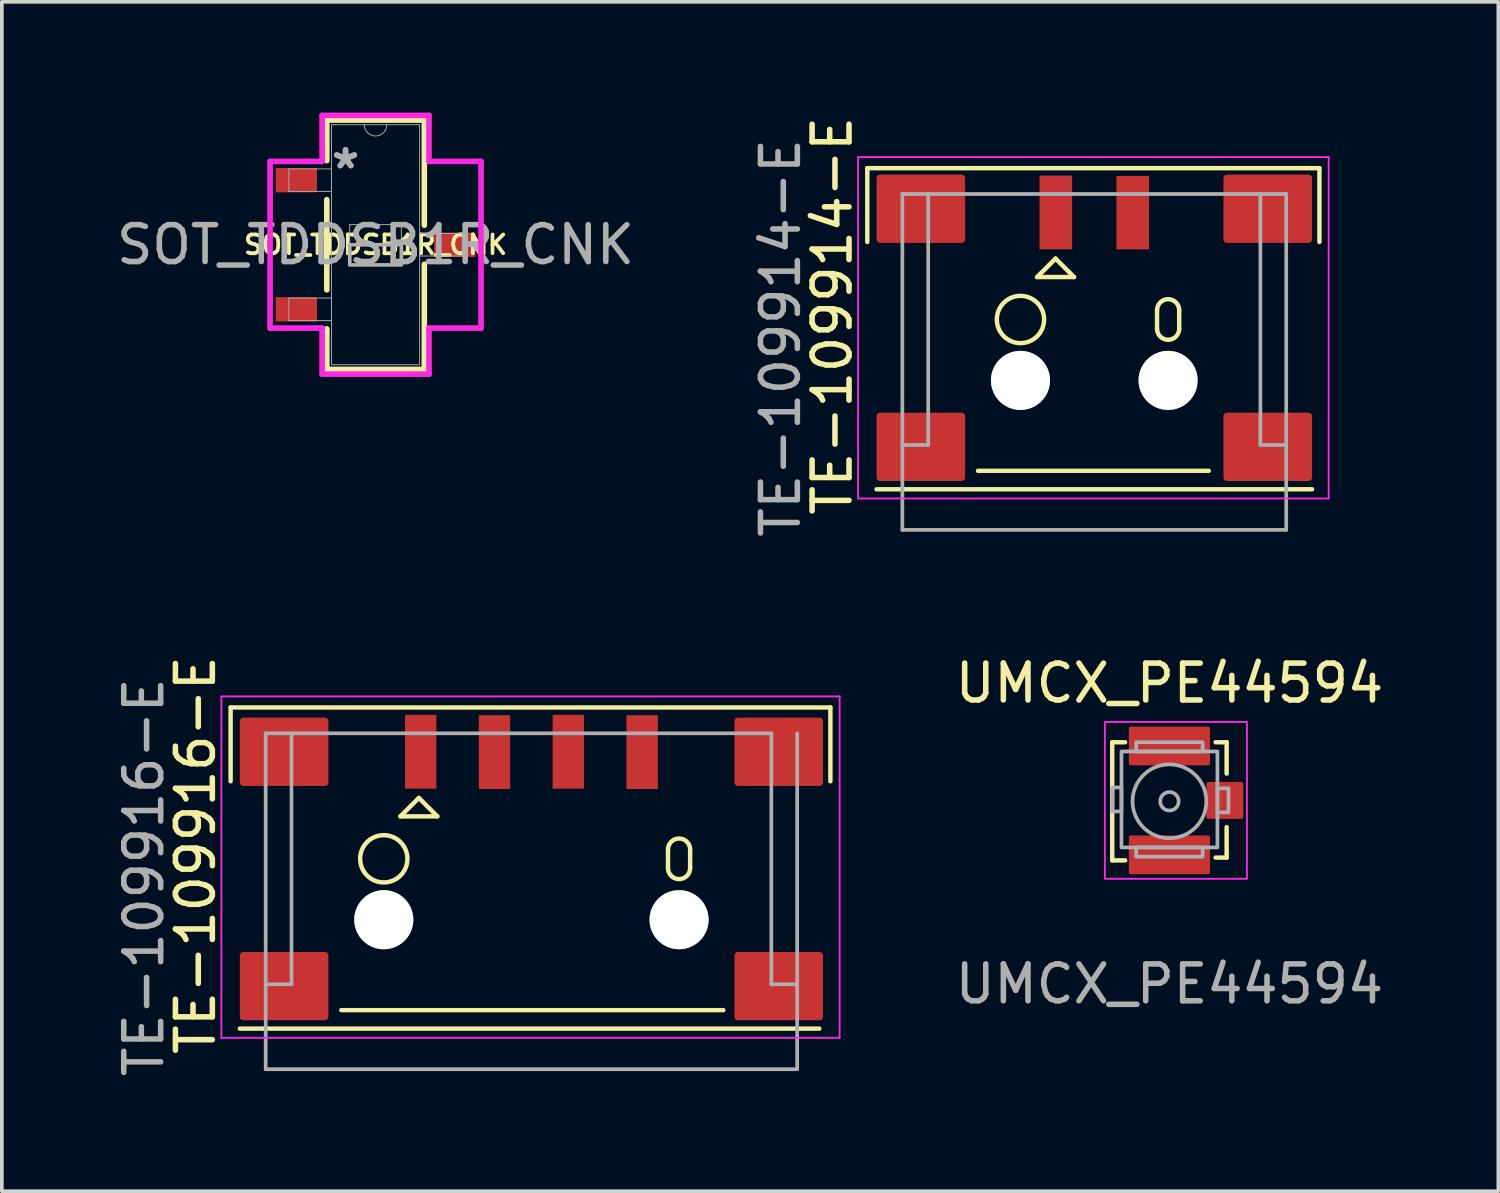
<source format=kicad_pcb>
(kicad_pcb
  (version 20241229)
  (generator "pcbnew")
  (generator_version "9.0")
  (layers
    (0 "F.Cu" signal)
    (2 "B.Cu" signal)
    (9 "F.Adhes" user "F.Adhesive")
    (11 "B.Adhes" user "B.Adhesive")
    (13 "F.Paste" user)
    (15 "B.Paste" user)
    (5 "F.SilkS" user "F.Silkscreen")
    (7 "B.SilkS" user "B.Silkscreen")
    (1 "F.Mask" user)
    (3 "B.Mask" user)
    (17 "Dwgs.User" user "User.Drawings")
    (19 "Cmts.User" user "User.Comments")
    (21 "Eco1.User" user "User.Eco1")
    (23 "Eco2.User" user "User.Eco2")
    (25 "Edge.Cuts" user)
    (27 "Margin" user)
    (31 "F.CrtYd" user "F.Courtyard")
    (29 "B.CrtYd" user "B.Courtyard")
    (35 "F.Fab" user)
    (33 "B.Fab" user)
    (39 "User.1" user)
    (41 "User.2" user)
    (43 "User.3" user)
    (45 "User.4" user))
  (footprint "UMCX_PE44594"
    (layer "F.Cu")
    (at 28.634 18.66)
    (property "Reference" "UMCX_PE44594" (at 0 -3.2 0) (unlocked yes) (layer "F.SilkS") (effects (font (size 1 1) (thickness 0.15))))
    (attr smd)
    (fp_line (start -1.55 -1.6) (end -1.55 1.6) (stroke (width 0.12) (type default)) (layer "F.SilkS"))
    (fp_line (start -1.55 1.6) (end -1.2 1.6) (stroke (width 0.12) (type default)) (layer "F.SilkS"))
    (fp_line (start -1.2 -1.6) (end -1.55 -1.6) (stroke (width 0.12) (type default)) (layer "F.SilkS"))
    (fp_line (start 1.25 -1.6) (end 1.55 -1.6) (stroke (width 0.12) (type default)) (layer "F.SilkS"))
    (fp_line (start 1.25 1.525) (end 1.55 1.525) (stroke (width 0.12) (type default)) (layer "F.SilkS"))
    (fp_line (start 1.55 -1.6) (end 1.55 -0.75) (stroke (width 0.12) (type default)) (layer "F.SilkS"))
    (fp_line (start 1.55 0.7) (end 1.55 1.525) (stroke (width 0.12) (type default)) (layer "F.SilkS"))
    (fp_rect (start -1.75 -2.15) (end 2.1 2.1) (stroke (width 0.05) (type default)) (fill no) (layer "F.CrtYd"))
    (fp_rect (start -1.55 -0.375) (end -1.3 0.275) (stroke (width 0.1) (type default)) (fill no) (layer "F.Fab"))
    (fp_rect (start -1.3 -1.35) (end 1.3 1.25) (stroke (width 0.1) (type default)) (fill no) (layer "F.Fab"))
    (fp_rect (start -0.9 -1.35) (end 0.9 -1.6) (stroke (width 0.1) (type default)) (fill no) (layer "F.Fab"))
    (fp_rect (start -0.9 1.5) (end 0.9 1.25) (stroke (width 0.1) (type default)) (fill no) (layer "F.Fab"))
    (fp_rect (start 1.3 -0.35) (end 1.6 0.3) (stroke (width 0.1) (type default)) (fill no) (layer "F.Fab"))
    (fp_circle (center 0 0) (end 0.25 0) (stroke (width 0.1) (type default)) (fill no) (layer "F.Fab"))
    (fp_circle (center 0 0) (end 1 0) (stroke (width 0.1) (type default)) (fill no) (layer "F.Fab"))
    (fp_text user "${REFERENCE}" (at 0 4.95 0) (unlocked yes) (layer "F.Fab") (effects (font (size 1 1) (thickness 0.15))))
    (pad "1" smd roundrect (at 1.5 -0.025) (size 1 1) (layers "F.Cu" "F.Mask" "F.Paste") (roundrect_rratio 0.05))
    (pad "2" smd roundrect (at 0 -1.5) (size 2.2 1.05) (layers "F.Cu" "F.Mask" "F.Paste") (roundrect_rratio 0.05))
    (pad "2" smd roundrect (at 0 1.45) (size 2.2 1.05) (layers "F.Cu" "F.Mask" "F.Paste") (roundrect_rratio 0.05)))
  (footprint "SOT_TDDSB1R_CNK"
    (layer "F.Cu")
    (at 7.125 3.581)
    (property "Reference" "SOT_TDDSB1R_CNK" (at 0 0 0) (unlocked yes) (layer "F.SilkS") (effects (font (size 0.508 0.508) (thickness 0.102) (bold yes))))
    (attr smd)
    (fp_line (start -1.321 -3.378) (end -1.321 -2.279) (stroke (width 0.152) (type solid)) (layer "F.SilkS"))
    (fp_line (start -1.321 -1.221) (end -1.321 1.221) (stroke (width 0.152) (type solid)) (layer "F.SilkS"))
    (fp_line (start -1.321 2.279) (end -1.321 3.378) (stroke (width 0.152) (type solid)) (layer "F.SilkS"))
    (fp_line (start -1.321 3.378) (end 1.321 3.378) (stroke (width 0.152) (type solid)) (layer "F.SilkS"))
    (fp_line (start 1.321 -3.378) (end -1.321 -3.378) (stroke (width 0.152) (type solid)) (layer "F.SilkS"))
    (fp_line (start 1.321 -0.529) (end 1.321 -3.378) (stroke (width 0.152) (type solid)) (layer "F.SilkS"))
    (fp_line (start 1.321 3.378) (end 1.321 0.529) (stroke (width 0.152) (type solid)) (layer "F.SilkS"))
    (fp_line (start -2.857 -2.258) (end -1.448 -2.258) (stroke (width 0.152) (type solid)) (layer "F.CrtYd"))
    (fp_line (start -2.857 2.258) (end -2.857 -2.258) (stroke (width 0.152) (type solid)) (layer "F.CrtYd"))
    (fp_line (start -1.448 -3.505) (end 1.448 -3.505) (stroke (width 0.152) (type solid)) (layer "F.CrtYd"))
    (fp_line (start -1.448 -2.258) (end -1.448 -3.505) (stroke (width 0.152) (type solid)) (layer "F.CrtYd"))
    (fp_line (start -1.448 2.258) (end -2.857 2.258) (stroke (width 0.152) (type solid)) (layer "F.CrtYd"))
    (fp_line (start -1.448 3.505) (end -1.448 2.258) (stroke (width 0.152) (type solid)) (layer "F.CrtYd"))
    (fp_line (start 1.448 -3.505) (end 1.448 -2.258) (stroke (width 0.152) (type solid)) (layer "F.CrtYd"))
    (fp_line (start 1.448 -2.258) (end 2.857 -2.258) (stroke (width 0.152) (type solid)) (layer "F.CrtYd"))
    (fp_line (start 1.448 2.258) (end 1.448 3.505) (stroke (width 0.152) (type solid)) (layer "F.CrtYd"))
    (fp_line (start 1.448 3.505) (end -1.448 3.505) (stroke (width 0.152) (type solid)) (layer "F.CrtYd"))
    (fp_line (start 2.857 -2.258) (end 2.857 2.258) (stroke (width 0.152) (type solid)) (layer "F.CrtYd"))
    (fp_line (start 2.857 2.258) (end 1.448 2.258) (stroke (width 0.152) (type solid)) (layer "F.CrtYd"))
    (fp_line (start -2.349 -2.055) (end -2.349 -1.445) (stroke (width 0.025) (type solid)) (layer "F.Fab"))
    (fp_line (start -2.349 -1.445) (end -1.194 -1.445) (stroke (width 0.025) (type solid)) (layer "F.Fab"))
    (fp_line (start -2.349 1.445) (end -2.349 2.055) (stroke (width 0.025) (type solid)) (layer "F.Fab"))
    (fp_line (start -2.349 2.055) (end -1.194 2.055) (stroke (width 0.025) (type solid)) (layer "F.Fab"))
    (fp_line (start -1.194 -3.251) (end -1.194 3.251) (stroke (width 0.025) (type solid)) (layer "F.Fab"))
    (fp_line (start -1.194 -2.055) (end -2.349 -2.055) (stroke (width 0.025) (type solid)) (layer "F.Fab"))
    (fp_line (start -1.194 -1.445) (end -1.194 -2.055) (stroke (width 0.025) (type solid)) (layer "F.Fab"))
    (fp_line (start -1.194 1.445) (end -2.349 1.445) (stroke (width 0.025) (type solid)) (layer "F.Fab"))
    (fp_line (start -1.194 2.055) (end -1.194 1.445) (stroke (width 0.025) (type solid)) (layer "F.Fab"))
    (fp_line (start -1.194 3.251) (end 1.194 3.251) (stroke (width 0.025) (type solid)) (layer "F.Fab"))
    (fp_line (start -0.699 -0.546) (end 0.699 -0.546) (stroke (width 0.025) (type solid)) (layer "F.Fab"))
    (fp_line (start -0.699 0.546) (end -0.699 -0.546) (stroke (width 0.025) (type solid)) (layer "F.Fab"))
    (fp_line (start 0.699 -0.546) (end 0.699 0.546) (stroke (width 0.025) (type solid)) (layer "F.Fab"))
    (fp_line (start 0.699 0.546) (end -0.699 0.546) (stroke (width 0.025) (type solid)) (layer "F.Fab"))
    (fp_line (start 1.194 -3.251) (end -1.194 -3.251) (stroke (width 0.025) (type solid)) (layer "F.Fab"))
    (fp_line (start 1.194 -0.305) (end 1.194 0.305) (stroke (width 0.025) (type solid)) (layer "F.Fab"))
    (fp_line (start 1.194 0.305) (end 2.349 0.305) (stroke (width 0.025) (type solid)) (layer "F.Fab"))
    (fp_line (start 1.194 3.251) (end 1.194 -3.251) (stroke (width 0.025) (type solid)) (layer "F.Fab"))
    (fp_line (start 2.349 -0.305) (end 1.194 -0.305) (stroke (width 0.025) (type solid)) (layer "F.Fab"))
    (fp_line (start 2.349 0.305) (end 2.349 -0.305) (stroke (width 0.025) (type solid)) (layer "F.Fab"))
    (fp_arc (start 0.3048 -3.2512) (mid 0 -2.9464) (end -0.3048 -3.2512) (stroke (width 0.0254) (type solid)) (layer "F.Fab"))
    (fp_poly (pts (xy -0.699 0.546) (xy -0.699 0) (xy 0.699 0) (xy 0.699 0.546)) (stroke (width 0.1) (type solid)) (fill no) (layer "F.Fab"))
    (fp_text user "${REFERENCE}" (at 0 0 0) (unlocked yes) (layer "F.Fab") (effects (font (size 1 1) (thickness 0.15))))
    (fp_text user "*" (at -0.813 -2.029 0) (layer "F.Fab") (effects (font (size 1 1) (thickness 0.15))))
    (fp_text user "*" (at -0.813 -2.029 0) (unlocked yes) (layer "F.Fab") (effects (font (size 1 1) (thickness 0.15))))
    (pad "1" smd rect (at -2.146 -1.75) (size 1.118 0.66) (layers "F.Cu" "F.Mask" "F.Paste"))
    (pad "2" smd rect (at 2.146 0) (size 1.118 0.66) (layers "F.Cu" "F.Mask" "F.Paste"))
    (pad "3" smd rect (at -2.146 1.75) (size 1.118 0.66) (layers "F.Cu" "F.Mask" "F.Paste")))
  (footprint "TE-109914-E"
    (layer "F.Cu")
    (at 20.698 1.706)
    (property "Reference" "TE-109914-E" (at -1.2 3.8 90) (unlocked yes) (layer "F.SilkS") (effects (font (size 1 1) (thickness 0.15))))
    (attr smd)
    (fp_line (start -0.25 -0.2) (end 12 -0.2) (stroke (width 0.12) (type default)) (layer "F.SilkS"))
    (fp_line (start -0.25 1.8) (end -0.25 -0.2) (stroke (width 0.12) (type default)) (layer "F.SilkS"))
    (fp_line (start 0 8.5) (end 11.8 8.5) (stroke (width 0.12) (type default)) (layer "F.SilkS"))
    (fp_line (start 2.75 8) (end 9 8) (stroke (width 0.12) (type default)) (layer "F.SilkS"))
    (fp_line (start 4.35 2.75) (end 5.35 2.75) (stroke (width 0.12) (type default)) (layer "F.SilkS"))
    (fp_line (start 4.85 2.25) (end 4.35 2.75) (stroke (width 0.12) (type default)) (layer "F.SilkS"))
    (fp_line (start 5.35 2.75) (end 4.85 2.25) (stroke (width 0.12) (type default)) (layer "F.SilkS"))
    (fp_line (start 7.6 3.65) (end 7.6 4.15) (stroke (width 0.12) (type default)) (layer "F.SilkS"))
    (fp_line (start 8.2 3.65) (end 8.2 4.15) (stroke (width 0.12) (type default)) (layer "F.SilkS"))
    (fp_line (start 12 1.8) (end 12 -0.2) (stroke (width 0.12) (type default)) (layer "F.SilkS"))
    (fp_arc (start 7.6 3.65) (mid 7.9 3.35) (end 8.2 3.65) (stroke (width 0.12) (type default)) (layer "F.SilkS"))
    (fp_arc (start 8.2 4.15) (mid 7.9 4.45) (end 7.6 4.15) (stroke (width 0.12) (type default)) (layer "F.SilkS"))
    (fp_circle (center 3.9 3.9) (end 4.4 4.3) (stroke (width 0.12) (type default)) (fill no) (layer "F.SilkS"))
    (fp_line (start -0.5 -0.5) (end -0.5 8.75) (stroke (width 0.05) (type default)) (layer "F.CrtYd"))
    (fp_line (start -0.5 8.75) (end 12.25 8.75) (stroke (width 0.05) (type default)) (layer "F.CrtYd"))
    (fp_line (start 12.25 -0.5) (end -0.5 -0.5) (stroke (width 0.05) (type default)) (layer "F.CrtYd"))
    (fp_line (start 12.25 8.75) (end 12.25 -0.5) (stroke (width 0.05) (type default)) (layer "F.CrtYd"))
    (fp_line (start 0.7 0.5) (end 0.7 9.6) (stroke (width 0.1) (type default)) (layer "F.Fab"))
    (fp_line (start 0.7 7.3) (end 1.4 7.3) (stroke (width 0.1) (type default)) (layer "F.Fab"))
    (fp_line (start 0.7 9.6) (end 11.1 9.6) (stroke (width 0.1) (type default)) (layer "F.Fab"))
    (fp_line (start 1.4 7.3) (end 1.4 0.5) (stroke (width 0.1) (type default)) (layer "F.Fab"))
    (fp_line (start 10.4 7.3) (end 10.4 0.5) (stroke (width 0.1) (type default)) (layer "F.Fab"))
    (fp_line (start 11.1 0.5) (end 0.7 0.5) (stroke (width 0.1) (type default)) (layer "F.Fab"))
    (fp_line (start 11.1 7.3) (end 10.4 7.3) (stroke (width 0.1) (type default)) (layer "F.Fab"))
    (fp_line (start 11.1 9.6) (end 11.1 0.5) (stroke (width 0.1) (type default)) (layer "F.Fab"))
    (fp_line (start 0 6.35) (end 11.75 6.35) (stroke (width 0.1) (type default)) (layer "User.1"))
    (fp_line (start 2.4 0) (end 2.4 8.34) (stroke (width 0.12) (type default)) (layer "User.1"))
    (fp_text user "${REFERENCE}" (at -2.6 4.4 90) (unlocked yes) (layer "F.Fab") (effects (font (size 1 1) (thickness 0.15))))
    (pad "" thru_hole circle (at 3.9 5.55) (size 1.6 1.6) (drill 1.6) (layers "*.Mask"))
    (pad "" thru_hole circle (at 7.9 5.55) (size 1.6 1.6) (drill 1.6) (layers "*.Mask"))
    (pad "1" smd rect (at 4.858 1) (size 0.883 2) (layers "F.Cu" "F.Mask" "F.Paste"))
    (pad "2" smd rect (at 6.942 1.005) (size 0.883 1.99) (layers "F.Cu" "F.Mask" "F.Paste"))
    (pad "G" smd roundrect (at 1.2 0.9) (size 2.4 1.85) (layers "F.Cu" "F.Mask" "F.Paste") (roundrect_rratio 0.05))
    (pad "G" smd roundrect (at 1.2 7.35) (size 2.4 1.85) (layers "F.Cu" "F.Mask" "F.Paste") (roundrect_rratio 0.05))
    (pad "G" smd roundrect (at 10.6 0.9) (size 2.4 1.85) (layers "F.Cu" "F.Mask" "F.Paste") (roundrect_rratio 0.05))
    (pad "G" smd roundrect (at 10.6 7.35) (size 2.4 1.85) (layers "F.Cu" "F.Mask" "F.Paste") (roundrect_rratio 0.05)))
  (footprint "TE-109916-E"
    (layer "F.Cu")
    (at 3.448 16.318)
    (property "Reference" "TE-109916-E" (at -1.2 3.8 90) (unlocked yes) (layer "F.SilkS") (effects (font (size 1 1) (thickness 0.15))))
    (attr smd)
    (fp_line (start -0.25 -0.2) (end 16 -0.2) (stroke (width 0.12) (type default)) (layer "F.SilkS"))
    (fp_line (start -0.25 1.8) (end -0.25 -0.2) (stroke (width 0.12) (type default)) (layer "F.SilkS"))
    (fp_line (start 0 8.5) (end 15.7 8.5) (stroke (width 0.12) (type default)) (layer "F.SilkS"))
    (fp_line (start 2.75 8) (end 13.1 8) (stroke (width 0.12) (type default)) (layer "F.SilkS"))
    (fp_line (start 4.35 2.75) (end 5.35 2.75) (stroke (width 0.12) (type default)) (layer "F.SilkS"))
    (fp_line (start 4.85 2.25) (end 4.35 2.75) (stroke (width 0.12) (type default)) (layer "F.SilkS"))
    (fp_line (start 5.35 2.75) (end 4.85 2.25) (stroke (width 0.12) (type default)) (layer "F.SilkS"))
    (fp_line (start 11.6 3.65) (end 11.6 4.15) (stroke (width 0.12) (type default)) (layer "F.SilkS"))
    (fp_line (start 12.2 3.65) (end 12.2 4.15) (stroke (width 0.12) (type default)) (layer "F.SilkS"))
    (fp_line (start 16 1.8) (end 16 -0.2) (stroke (width 0.12) (type default)) (layer "F.SilkS"))
    (fp_arc (start 11.6 3.65) (mid 11.9 3.35) (end 12.2 3.65) (stroke (width 0.12) (type default)) (layer "F.SilkS"))
    (fp_arc (start 12.2 4.15) (mid 11.9 4.45) (end 11.6 4.15) (stroke (width 0.12) (type default)) (layer "F.SilkS"))
    (fp_circle (center 3.9 3.9) (end 4.4 4.3) (stroke (width 0.12) (type default)) (fill no) (layer "F.SilkS"))
    (fp_line (start -0.5 -0.5) (end -0.5 8.75) (stroke (width 0.05) (type default)) (layer "F.CrtYd"))
    (fp_line (start -0.5 8.75) (end 16.25 8.75) (stroke (width 0.05) (type default)) (layer "F.CrtYd"))
    (fp_line (start 16.25 -0.5) (end -0.5 -0.5) (stroke (width 0.05) (type default)) (layer "F.CrtYd"))
    (fp_line (start 16.25 8.75) (end 16.25 -0.5) (stroke (width 0.05) (type default)) (layer "F.CrtYd"))
    (fp_line (start 0.7 0.5) (end 0.7 9.6) (stroke (width 0.1) (type default)) (layer "F.Fab"))
    (fp_line (start 0.7 7.3) (end 1.4 7.3) (stroke (width 0.1) (type default)) (layer "F.Fab"))
    (fp_line (start 0.7 9.6) (end 15.1 9.6) (stroke (width 0.1) (type default)) (layer "F.Fab"))
    (fp_line (start 1.4 7.3) (end 1.4 0.5) (stroke (width 0.1) (type default)) (layer "F.Fab"))
    (fp_line (start 14.4 0.5) (end 0.7 0.5) (stroke (width 0.1) (type default)) (layer "F.Fab"))
    (fp_line (start 14.4 7.3) (end 14.4 0.5) (stroke (width 0.1) (type default)) (layer "F.Fab"))
    (fp_line (start 15.1 7.3) (end 14.4 7.3) (stroke (width 0.1) (type default)) (layer "F.Fab"))
    (fp_line (start 15.1 9.6) (end 15.1 0.5) (stroke (width 0.1) (type default)) (layer "F.Fab"))
    (fp_line (start 0 6.35) (end 15.8 6.35) (stroke (width 0.1) (type default)) (layer "User.1"))
    (fp_line (start 2.4 0) (end 2.4 8.34) (stroke (width 0.12) (type default)) (layer "User.1"))
    (fp_text user "${REFERENCE}" (at -2.6 4.4 90) (unlocked yes) (layer "F.Fab") (effects (font (size 1 1) (thickness 0.15))))
    (pad "" smd roundrect (at 1.2 1) (size 2.4 1.85) (layers "F.Cu" "F.Mask" "F.Paste") (roundrect_rratio 0.05))
    (pad "" smd roundrect (at 1.2 7.35) (size 2.4 1.85) (layers "F.Cu" "F.Mask" "F.Paste") (roundrect_rratio 0.05))
    (pad "" thru_hole circle (at 3.9 5.55) (size 1.6 1.6) (drill 1.6) (layers "*.Mask"))
    (pad "" thru_hole circle (at 11.9 5.55) (size 1.6 1.6) (drill 1.6) (layers "*.Mask"))
    (pad "" smd roundrect (at 14.6 1) (size 2.4 1.85) (layers "F.Cu" "F.Mask" "F.Paste") (roundrect_rratio 0.05))
    (pad "" smd roundrect (at 14.6 7.35) (size 2.4 1.85) (layers "F.Cu" "F.Mask" "F.Paste") (roundrect_rratio 0.05))
    (pad "1" smd rect (at 4.9 1) (size 0.85 2) (layers "F.Cu" "F.Mask" "F.Paste"))
    (pad "2" smd rect (at 6.9 1.01) (size 0.85 2) (layers "F.Cu" "F.Mask" "F.Paste"))
    (pad "3" smd rect (at 8.9 1) (size 0.85 2) (layers "F.Cu" "F.Mask" "F.Paste"))
    (pad "4" smd rect (at 10.9 1.01) (size 0.85 2) (layers "F.Cu" "F.Mask" "F.Paste")))
  (gr_rect
    (start -3 -3)
    (end 37.545 29.224)
    (stroke (width 0.1) (type default))
    (fill no)
    (layer "Edge.Cuts")))
</source>
